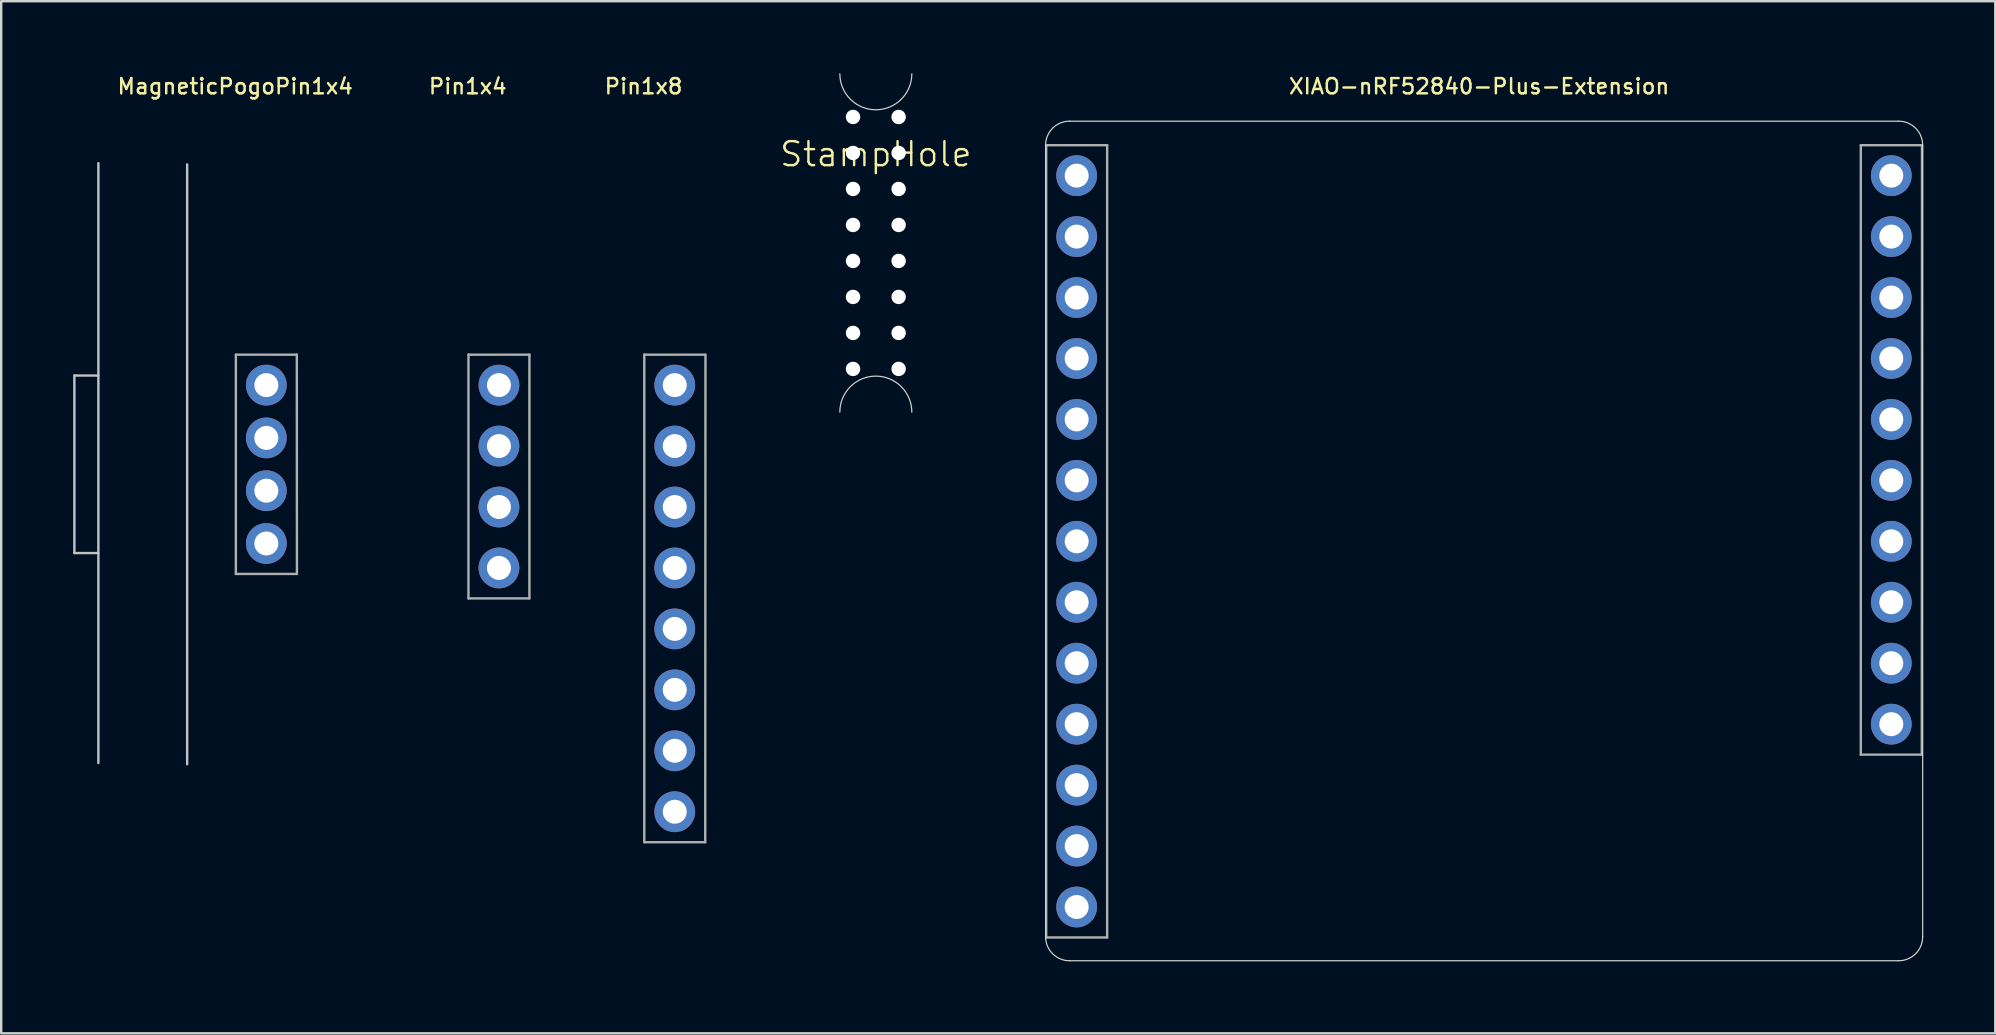
<source format=kicad_pcb>
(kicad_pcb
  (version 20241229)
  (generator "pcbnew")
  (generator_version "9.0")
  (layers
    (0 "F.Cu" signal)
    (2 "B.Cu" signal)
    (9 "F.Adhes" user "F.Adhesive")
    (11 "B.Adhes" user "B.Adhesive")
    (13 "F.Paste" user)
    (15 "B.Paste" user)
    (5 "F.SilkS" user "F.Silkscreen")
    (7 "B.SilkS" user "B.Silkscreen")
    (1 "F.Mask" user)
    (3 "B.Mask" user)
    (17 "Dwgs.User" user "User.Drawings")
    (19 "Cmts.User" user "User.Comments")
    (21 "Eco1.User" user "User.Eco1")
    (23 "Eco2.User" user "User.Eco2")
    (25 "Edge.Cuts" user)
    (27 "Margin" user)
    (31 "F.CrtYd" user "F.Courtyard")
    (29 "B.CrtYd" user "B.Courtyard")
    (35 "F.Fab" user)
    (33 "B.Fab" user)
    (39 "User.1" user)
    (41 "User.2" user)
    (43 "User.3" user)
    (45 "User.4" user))
  (footprint "MagneticPogoPin1x4"
    (layer "F.Cu")
    (at 6.75 11.7)
    (property "Reference" "MagneticPogoPin1x4" (at 0 -11.15 0) (unlocked yes) (layer "F.SilkS") (effects (font (size 0.635 0.635) (thickness 0.102))))
    (attr smd)
    (fp_line (start -6.7 0.9) (end -6.7 8.3) (stroke (width 0.1) (type default)) (layer "Dwgs.User"))
    (fp_line (start -6.7 0.9) (end -5.7 0.9) (stroke (width 0.1) (type default)) (layer "Dwgs.User"))
    (fp_line (start -6.7 8.3) (end -5.7 8.3) (stroke (width 0.1) (type default)) (layer "Dwgs.User"))
    (fp_line (start -5.7 -7.95) (end -5.7 17.05) (stroke (width 0.1) (type default)) (layer "Dwgs.User"))
    (fp_line (start -2 -7.9) (end -2 17.1) (stroke (width 0.1) (type default)) (layer "Dwgs.User"))
    (fp_line (start 0.03 0.03) (end 2.57 0.03) (stroke (width 0.1) (type solid)) (layer "F.Fab"))
    (fp_line (start 0.03 9.17) (end 0.03 0.03) (stroke (width 0.1) (type solid)) (layer "F.Fab"))
    (fp_line (start 2.57 0.03) (end 2.575 9.17) (stroke (width 0.1) (type solid)) (layer "F.Fab"))
    (fp_line (start 2.57 9.17) (end 0.03 9.17) (stroke (width 0.1) (type solid)) (layer "F.Fab"))
    (pad "1" thru_hole circle (at 1.3 1.3) (size 1.7 1.7) (drill 1) (layers "*.Cu" "*.Mask"))
    (pad "2" thru_hole oval (at 1.3 3.5) (size 1.7 1.7) (drill 1) (layers "*.Cu" "*.Mask"))
    (pad "3" thru_hole oval (at 1.3 5.7) (size 1.7 1.7) (drill 1) (layers "*.Cu" "*.Mask"))
    (pad "4" thru_hole oval (at 1.3 7.9) (size 1.7 1.7) (drill 1) (layers "*.Cu" "*.Mask")))
  (footprint "XIAO-nRF52840-Plus-Extension"
    (layer "F.Cu")
    (at 58.596 11.7)
    (property "Reference" "XIAO-nRF52840-Plus-Extension" (at 0 -11.15 0) (unlocked yes) (layer "F.SilkS") (effects (font (size 0.635 0.635) (thickness 0.102))))
    (attr smd)
    (fp_line (start -18.07 -8.7) (end -18.07 24.29) (stroke (width 0.05) (type solid)) (layer "Edge.Cuts"))
    (fp_line (start -17.07 25.29) (end 17.483 25.29) (stroke (width 0.05) (type solid)) (layer "Edge.Cuts"))
    (fp_line (start 17.483 -9.7) (end -17.07 -9.7) (stroke (width 0.05) (type solid)) (layer "Edge.Cuts"))
    (fp_line (start 18.483 -8.697) (end 18.483 24.29) (stroke (width 0.05) (type default)) (layer "Edge.Cuts"))
    (fp_arc (start -18.07 -8.7) (mid -17.777107 -9.407107) (end -17.07 -9.7) (stroke (width 0.05) (type solid)) (layer "Edge.Cuts"))
    (fp_arc (start -17.07 25.29) (mid -17.777107 24.997107) (end -18.07 24.29) (stroke (width 0.05) (type solid)) (layer "Edge.Cuts"))
    (fp_arc (start 17.482894 -9.7) (mid 18.190001 -9.407107) (end 18.482894 -8.7) (stroke (width 0.05) (type solid)) (layer "Edge.Cuts"))
    (fp_arc (start 18.482894 24.29) (mid 18.190001 24.997107) (end 17.482894 25.29) (stroke (width 0.05) (type solid)) (layer "Edge.Cuts"))
    (fp_line (start -18.045 -8.7) (end -15.505 -8.7) (stroke (width 0.1) (type solid)) (layer "F.Fab"))
    (fp_line (start -18.045 24.32) (end -18.045 -8.7) (stroke (width 0.1) (type solid)) (layer "F.Fab"))
    (fp_line (start -15.505 -8.7) (end -15.505 24.32) (stroke (width 0.1) (type solid)) (layer "F.Fab"))
    (fp_line (start -15.505 24.32) (end -18.045 24.32) (stroke (width 0.1) (type solid)) (layer "F.Fab"))
    (fp_line (start 15.905 -8.7) (end 18.445 -8.7) (stroke (width 0.1) (type solid)) (layer "F.Fab"))
    (fp_line (start 15.905 16.7) (end 15.905 -8.7) (stroke (width 0.1) (type solid)) (layer "F.Fab"))
    (fp_line (start 18.445 16.7) (end 15.905 16.7) (stroke (width 0.1) (type solid)) (layer "F.Fab"))
    (fp_line (start 18.455 -8.7) (end 18.445 16.7) (stroke (width 0.1) (type solid)) (layer "F.Fab"))
    (pad "1" thru_hole circle (at -16.775 -7.43) (size 1.7 1.7) (drill 1) (layers "*.Cu" "*.Mask"))
    (pad "2" thru_hole oval (at -16.775 -4.89) (size 1.7 1.7) (drill 1) (layers "*.Cu" "*.Mask"))
    (pad "3" thru_hole oval (at -16.775 -2.35) (size 1.7 1.7) (drill 1) (layers "*.Cu" "*.Mask"))
    (pad "4" thru_hole oval (at -16.775 0.19) (size 1.7 1.7) (drill 1) (layers "*.Cu" "*.Mask"))
    (pad "5" thru_hole oval (at -16.775 2.73) (size 1.7 1.7) (drill 1) (layers "*.Cu" "*.Mask"))
    (pad "6" thru_hole oval (at -16.775 5.27) (size 1.7 1.7) (drill 1) (layers "*.Cu" "*.Mask"))
    (pad "7" thru_hole oval (at -16.775 7.81) (size 1.7 1.7) (drill 1) (layers "*.Cu" "*.Mask"))
    (pad "8" thru_hole oval (at 17.175 7.81) (size 1.7 1.7) (drill 1) (layers "*.Cu" "*.Mask"))
    (pad "9" thru_hole oval (at 17.175 5.27) (size 1.7 1.7) (drill 1) (layers "*.Cu" "*.Mask"))
    (pad "10" thru_hole oval (at 17.175 2.73) (size 1.7 1.7) (drill 1) (layers "*.Cu" "*.Mask"))
    (pad "11" thru_hole oval (at 17.175 0.19) (size 1.7 1.7) (drill 1) (layers "*.Cu" "*.Mask"))
    (pad "12" thru_hole oval (at 17.175 -2.35) (size 1.7 1.7) (drill 1) (layers "*.Cu" "*.Mask"))
    (pad "13" thru_hole oval (at 17.175 -4.89) (size 1.7 1.7) (drill 1) (layers "*.Cu" "*.Mask"))
    (pad "14" thru_hole circle (at 17.175 -7.43) (size 1.7 1.7) (drill 1) (layers "*.Cu" "*.Mask"))
    (pad "15" thru_hole oval (at -16.775 10.35) (size 1.7 1.7) (drill 1) (layers "*.Cu" "*.Mask"))
    (pad "16" thru_hole oval (at -16.775 12.89) (size 1.7 1.7) (drill 1) (layers "*.Cu" "*.Mask"))
    (pad "17" thru_hole oval (at -16.775 15.43) (size 1.7 1.7) (drill 1) (layers "*.Cu" "*.Mask"))
    (pad "18" thru_hole oval (at -16.775 17.97) (size 1.7 1.7) (drill 1) (layers "*.Cu" "*.Mask"))
    (pad "19" thru_hole oval (at -16.775 20.51) (size 1.7 1.7) (drill 1) (layers "*.Cu" "*.Mask"))
    (pad "20" thru_hole oval (at -16.775 23.05) (size 1.7 1.7) (drill 1) (layers "*.Cu" "*.Mask"))
    (pad "21" thru_hole oval (at 17.175 15.43) (size 1.7 1.7) (drill 1) (layers "*.Cu" "*.Mask"))
    (pad "22" thru_hole oval (at 17.175 12.89) (size 1.7 1.7) (drill 1) (layers "*.Cu" "*.Mask"))
    (pad "23" thru_hole oval (at 17.175 10.35) (size 1.7 1.7) (drill 1) (layers "*.Cu" "*.Mask")))
  (footprint "StampHole"
    (layer "F.Cu")
    (at 33.451 7.075)
    (property "Reference" "StampHole" (at 0 -3.7 0) (unlocked yes) (layer "F.SilkS") (effects (font (size 1 1) (thickness 0.1))))
    (attr through_hole)
    (fp_arc (start -1.5 7.05) (mid 0 5.55) (end 1.5 7.05) (stroke (width 0.05) (type default)) (layer "Edge.Cuts"))
    (fp_arc (start 1.5 -7.05) (mid 0 -5.55) (end -1.5 -7.05) (stroke (width 0.05) (type default)) (layer "Edge.Cuts"))
    (pad "" np_thru_hole circle (at -0.95 -5.25) (size 0.6 0.6) (drill 1) (layers "*.Cu" "*.Mask"))
    (pad "" np_thru_hole circle (at -0.95 -3.75) (size 0.6 0.6) (drill 1) (layers "*.Cu" "*.Mask"))
    (pad "" np_thru_hole circle (at -0.95 -2.25) (size 0.6 0.6) (drill 1) (layers "*.Cu" "*.Mask"))
    (pad "" np_thru_hole circle (at -0.95 -0.75) (size 0.6 0.6) (drill 1) (layers "*.Cu" "*.Mask"))
    (pad "" np_thru_hole circle (at -0.95 0.75 180) (size 0.6 0.6) (drill 1) (layers "*.Cu" "*.Mask"))
    (pad "" np_thru_hole circle (at -0.95 2.25 180) (size 0.6 0.6) (drill 1) (layers "*.Cu" "*.Mask"))
    (pad "" np_thru_hole circle (at -0.95 3.75 180) (size 0.6 0.6) (drill 1) (layers "*.Cu" "*.Mask"))
    (pad "" np_thru_hole circle (at -0.95 5.25 180) (size 0.6 0.6) (drill 1) (layers "*.Cu" "*.Mask"))
    (pad "" np_thru_hole circle (at 0.95 -5.25) (size 0.6 0.6) (drill 1) (layers "*.Cu" "*.Mask"))
    (pad "" np_thru_hole circle (at 0.95 -3.75) (size 0.6 0.6) (drill 1) (layers "*.Cu" "*.Mask"))
    (pad "" np_thru_hole circle (at 0.95 -2.25) (size 0.6 0.6) (drill 1) (layers "*.Cu" "*.Mask"))
    (pad "" np_thru_hole circle (at 0.95 -0.75) (size 0.6 0.6) (drill 1) (layers "*.Cu" "*.Mask"))
    (pad "" np_thru_hole circle (at 0.95 0.75 180) (size 0.6 0.6) (drill 1) (layers "*.Cu" "*.Mask"))
    (pad "" np_thru_hole circle (at 0.95 2.25 180) (size 0.6 0.6) (drill 1) (layers "*.Cu" "*.Mask"))
    (pad "" np_thru_hole circle (at 0.95 3.75 180) (size 0.6 0.6) (drill 1) (layers "*.Cu" "*.Mask"))
    (pad "" np_thru_hole circle (at 0.95 5.25 180) (size 0.6 0.6) (drill 1) (layers "*.Cu" "*.Mask")))
  (footprint "Pin1x8"
    (layer "F.Cu")
    (at 23.771 11.7)
    (property "Reference" "Pin1x8" (at 0 -11.15 0) (unlocked yes) (layer "F.SilkS") (effects (font (size 0.635 0.635) (thickness 0.102))))
    (attr smd)
    (fp_line (start 0.03 0.03) (end 2.57 0.03) (stroke (width 0.1) (type solid)) (layer "F.Fab"))
    (fp_line (start 0.03 20.35) (end 0.03 0.03) (stroke (width 0.1) (type solid)) (layer "F.Fab"))
    (fp_line (start 2.57 20.35) (end 0.03 20.35) (stroke (width 0.1) (type solid)) (layer "F.Fab"))
    (fp_line (start 2.58 0.03) (end 2.57 20.35) (stroke (width 0.1) (type solid)) (layer "F.Fab"))
    (pad "1" thru_hole circle (at 1.3 1.3) (size 1.7 1.7) (drill 1) (layers "*.Cu" "*.Mask"))
    (pad "2" thru_hole oval (at 1.3 3.84) (size 1.7 1.7) (drill 1) (layers "*.Cu" "*.Mask"))
    (pad "3" thru_hole oval (at 1.3 6.38) (size 1.7 1.7) (drill 1) (layers "*.Cu" "*.Mask"))
    (pad "4" thru_hole oval (at 1.3 8.92) (size 1.7 1.7) (drill 1) (layers "*.Cu" "*.Mask"))
    (pad "5" thru_hole oval (at 1.3 11.46) (size 1.7 1.7) (drill 1) (layers "*.Cu" "*.Mask"))
    (pad "6" thru_hole oval (at 1.3 14) (size 1.7 1.7) (drill 1) (layers "*.Cu" "*.Mask"))
    (pad "7" thru_hole oval (at 1.3 16.54) (size 1.7 1.7) (drill 1) (layers "*.Cu" "*.Mask"))
    (pad "8" thru_hole oval (at 1.3 19.08) (size 1.7 1.7) (drill 1) (layers "*.Cu" "*.Mask")))
  (footprint "Pin1x4"
    (layer "F.Cu")
    (at 16.444 11.7)
    (property "Reference" "Pin1x4" (at 0 -11.15 0) (unlocked yes) (layer "F.SilkS") (effects (font (size 0.635 0.635) (thickness 0.102))))
    (attr smd)
    (fp_line (start 0.03 0.03) (end 2.57 0.03) (stroke (width 0.1) (type solid)) (layer "F.Fab"))
    (fp_line (start 0.03 10.19) (end 0.03 0.03) (stroke (width 0.1) (type solid)) (layer "F.Fab"))
    (fp_line (start 2.57 0.03) (end 2.57 10.19) (stroke (width 0.1) (type solid)) (layer "F.Fab"))
    (fp_line (start 2.57 10.19) (end 0.03 10.19) (stroke (width 0.1) (type solid)) (layer "F.Fab"))
    (pad "1" thru_hole circle (at 1.3 1.3) (size 1.7 1.7) (drill 1) (layers "*.Cu" "*.Mask"))
    (pad "2" thru_hole oval (at 1.3 3.84) (size 1.7 1.7) (drill 1) (layers "*.Cu" "*.Mask"))
    (pad "3" thru_hole oval (at 1.3 6.38) (size 1.7 1.7) (drill 1) (layers "*.Cu" "*.Mask"))
    (pad "4" thru_hole oval (at 1.3 8.92) (size 1.7 1.7) (drill 1) (layers "*.Cu" "*.Mask")))
  (gr_rect
    (start -3 -3)
    (end 80.104 40.015)
    (stroke (width 0.1) (type default))
    (fill no)
    (layer "Edge.Cuts")))
</source>
